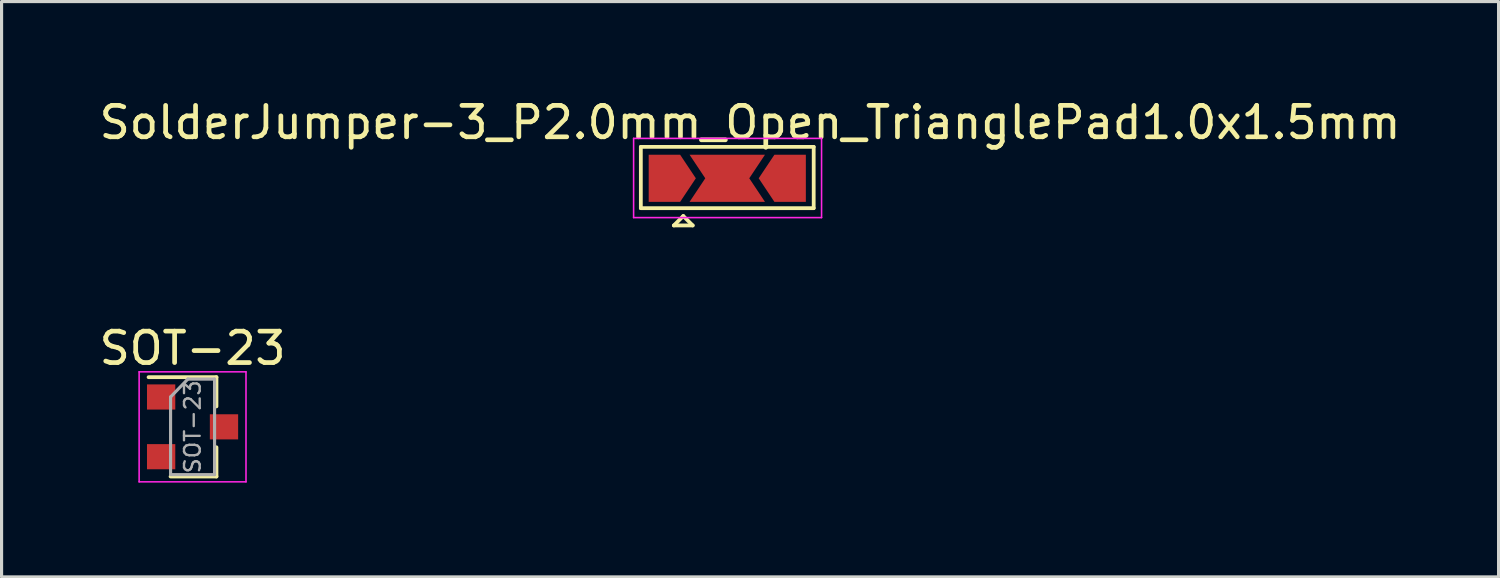
<source format=kicad_pcb>
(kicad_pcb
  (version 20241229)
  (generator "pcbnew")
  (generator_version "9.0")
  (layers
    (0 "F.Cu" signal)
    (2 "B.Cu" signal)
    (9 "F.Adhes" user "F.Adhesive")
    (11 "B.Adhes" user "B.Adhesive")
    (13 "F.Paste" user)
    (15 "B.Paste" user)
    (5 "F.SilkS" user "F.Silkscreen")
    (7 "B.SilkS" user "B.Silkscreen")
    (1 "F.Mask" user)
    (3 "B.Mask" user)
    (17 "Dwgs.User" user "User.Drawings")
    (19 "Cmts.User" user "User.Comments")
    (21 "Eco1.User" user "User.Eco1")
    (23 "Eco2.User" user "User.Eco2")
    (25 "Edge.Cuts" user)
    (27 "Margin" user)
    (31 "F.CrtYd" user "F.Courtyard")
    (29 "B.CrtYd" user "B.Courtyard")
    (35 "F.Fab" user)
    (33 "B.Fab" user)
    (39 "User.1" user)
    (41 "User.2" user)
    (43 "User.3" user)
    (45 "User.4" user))
  (footprint "SOT-23"
    (layer "F.Cu")
    (at 3.077 10.531)
    (property "Reference" "SOT-23" (at 0 -2.5 0) (layer "F.SilkS") (effects (font (size 1 1) (thickness 0.15))))
    (attr smd)
    (fp_line (start 0.76 -1.58) (end -1.4 -1.58) (stroke (width 0.12) (type solid)) (layer "F.SilkS"))
    (fp_line (start 0.76 -1.58) (end 0.76 -0.65) (stroke (width 0.12) (type solid)) (layer "F.SilkS"))
    (fp_line (start 0.76 1.58) (end -0.7 1.58) (stroke (width 0.12) (type solid)) (layer "F.SilkS"))
    (fp_line (start 0.76 1.58) (end 0.76 0.65) (stroke (width 0.12) (type solid)) (layer "F.SilkS"))
    (fp_line (start -1.7 -1.75) (end 1.7 -1.75) (stroke (width 0.05) (type solid)) (layer "F.CrtYd"))
    (fp_line (start -1.7 1.75) (end -1.7 -1.75) (stroke (width 0.05) (type solid)) (layer "F.CrtYd"))
    (fp_line (start 1.7 -1.75) (end 1.7 1.75) (stroke (width 0.05) (type solid)) (layer "F.CrtYd"))
    (fp_line (start 1.7 1.75) (end -1.7 1.75) (stroke (width 0.05) (type solid)) (layer "F.CrtYd"))
    (fp_line (start -0.7 -0.95) (end -0.7 1.5) (stroke (width 0.1) (type solid)) (layer "F.Fab"))
    (fp_line (start -0.7 -0.95) (end -0.15 -1.52) (stroke (width 0.1) (type solid)) (layer "F.Fab"))
    (fp_line (start -0.7 1.52) (end 0.7 1.52) (stroke (width 0.1) (type solid)) (layer "F.Fab"))
    (fp_line (start -0.15 -1.52) (end 0.7 -1.52) (stroke (width 0.1) (type solid)) (layer "F.Fab"))
    (fp_line (start 0.7 -1.52) (end 0.7 1.52) (stroke (width 0.1) (type solid)) (layer "F.Fab"))
    (fp_text user "${REFERENCE}" (at 0 0 90) (layer "F.Fab") (effects (font (size 0.5 0.5) (thickness 0.075))))
    (pad "1" smd rect (at -1 -0.95) (size 0.9 0.8) (layers "F.Cu" "F.Mask" "F.Paste"))
    (pad "2" smd rect (at -1 0.95) (size 0.9 0.8) (layers "F.Cu" "F.Mask" "F.Paste"))
    (pad "3" smd rect (at 1 0) (size 0.9 0.8) (layers "F.Cu" "F.Mask" "F.Paste")))
  (footprint "SolderJumper-3_P2.0mm_Open_TrianglePad1.0x1.5mm"
    (layer "F.Cu")
    (at 20.09 2.623)
    (property "Reference" "SolderJumper-3_P2.0mm_Open_TrianglePad1.0x1.5mm" (at 0.725 -1.775 0) (layer "F.SilkS") (effects (font (size 1 1) (thickness 0.15))))
    (attr exclude_from_pos_files exclude_from_bom)
    (fp_line (start -2.75 -1) (end 2.75 -1) (stroke (width 0.12) (type solid)) (layer "F.SilkS"))
    (fp_line (start -2.75 0.95) (end -2.75 -1) (stroke (width 0.12) (type solid)) (layer "F.SilkS"))
    (fp_line (start -1.7 1.5) (end -1.1 1.5) (stroke (width 0.12) (type solid)) (layer "F.SilkS"))
    (fp_line (start -1.4 1.2) (end -1.7 1.5) (stroke (width 0.12) (type solid)) (layer "F.SilkS"))
    (fp_line (start -1.1 1.5) (end -1.4 1.2) (stroke (width 0.12) (type solid)) (layer "F.SilkS"))
    (fp_line (start 2.75 -1) (end 2.75 0.95) (stroke (width 0.12) (type solid)) (layer "F.SilkS"))
    (fp_line (start 2.75 0.95) (end -2.75 0.95) (stroke (width 0.12) (type solid)) (layer "F.SilkS"))
    (fp_line (start -2.98 -1.27) (end -2.98 1.25) (stroke (width 0.05) (type solid)) (layer "F.CrtYd"))
    (fp_line (start -2.98 -1.27) (end 3 -1.27) (stroke (width 0.05) (type solid)) (layer "F.CrtYd"))
    (fp_line (start 3 1.25) (end -2.98 1.25) (stroke (width 0.05) (type solid)) (layer "F.CrtYd"))
    (fp_line (start 3 1.25) (end 3 -1.27) (stroke (width 0.05) (type solid)) (layer "F.CrtYd"))
    (pad "" smd rect (at -1.2 0) (size 1.5 1.5) (layers "F.Mask"))
    (pad "" smd rect (at 1.2 0) (size 1.5 1.5) (layers "F.Mask"))
    (pad "1" smd custom (at -2 0) (size 0.3 0.3) (layers "F.Cu" "F.Mask") (options (anchor rect)) (primitives (gr_poly (pts (xy -0.5 -0.75) (xy 0.5 -0.75) (xy 1 0) (xy 0.5 0.75) (xy -0.5 0.75)) (width 0) (fill yes))))
    (pad "2" smd custom (at 0 0) (size 0.3 0.3) (layers "F.Cu") (options (anchor rect)) (primitives (gr_poly (pts (xy -1.2 -0.75) (xy 1.2 -0.75) (xy 0.7 0) (xy 1.2 0.75) (xy -1.2 0.75) (xy -0.7 0)) (width 0) (fill yes))))
    (pad "3" smd custom (at 2 0 180) (size 0.3 0.3) (layers "F.Cu" "F.Mask") (options (anchor rect)) (primitives (gr_poly (pts (xy -0.5 -0.75) (xy 0.5 -0.75) (xy 1 0) (xy 0.5 0.75) (xy -0.5 0.75)) (width 0) (fill yes)))))
  (gr_rect
    (start -3 -3)
    (end 44.631 15.306)
    (stroke (width 0.1) (type default))
    (fill no)
    (layer "Edge.Cuts")))
</source>
